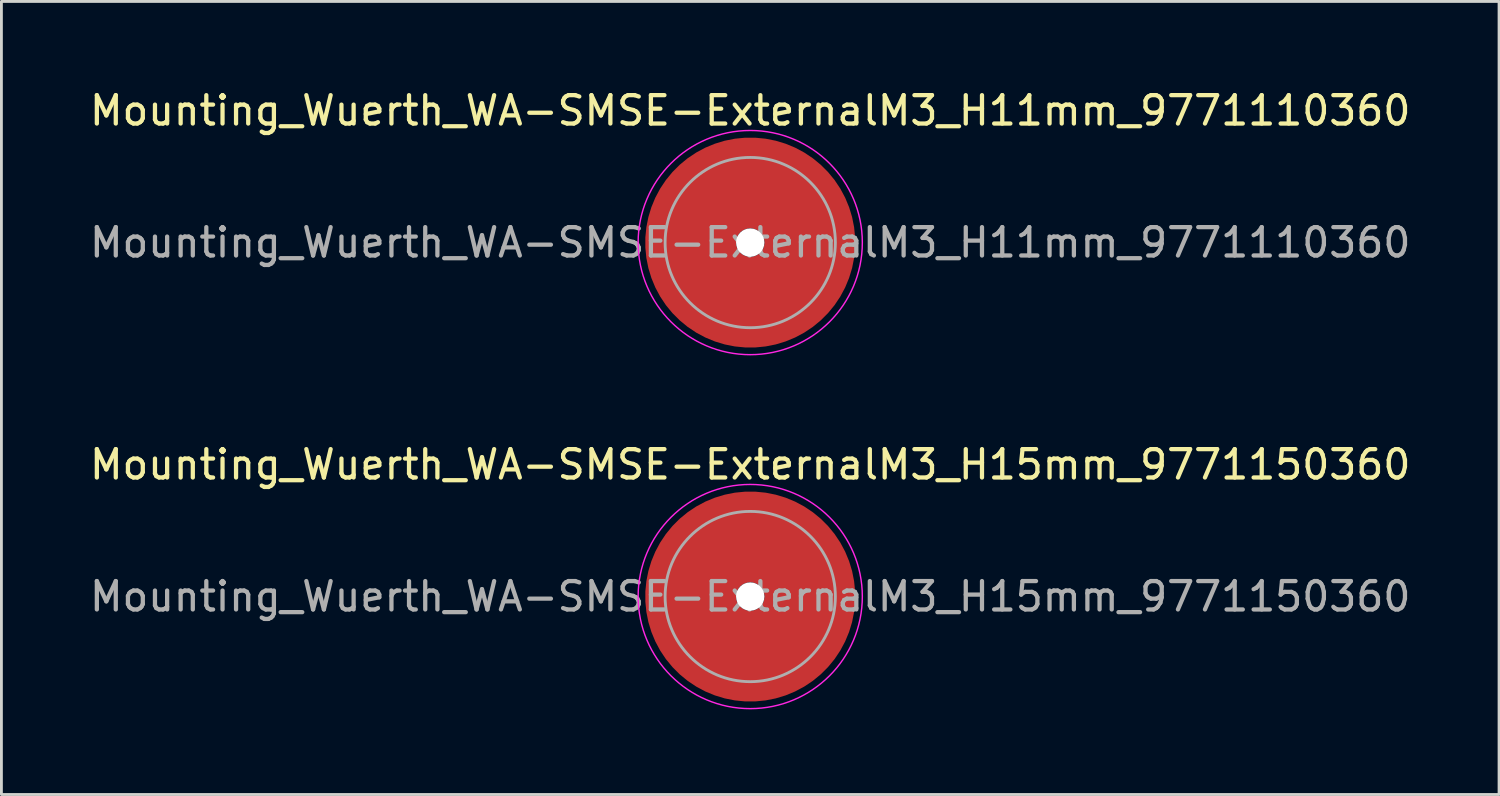
<source format=kicad_pcb>
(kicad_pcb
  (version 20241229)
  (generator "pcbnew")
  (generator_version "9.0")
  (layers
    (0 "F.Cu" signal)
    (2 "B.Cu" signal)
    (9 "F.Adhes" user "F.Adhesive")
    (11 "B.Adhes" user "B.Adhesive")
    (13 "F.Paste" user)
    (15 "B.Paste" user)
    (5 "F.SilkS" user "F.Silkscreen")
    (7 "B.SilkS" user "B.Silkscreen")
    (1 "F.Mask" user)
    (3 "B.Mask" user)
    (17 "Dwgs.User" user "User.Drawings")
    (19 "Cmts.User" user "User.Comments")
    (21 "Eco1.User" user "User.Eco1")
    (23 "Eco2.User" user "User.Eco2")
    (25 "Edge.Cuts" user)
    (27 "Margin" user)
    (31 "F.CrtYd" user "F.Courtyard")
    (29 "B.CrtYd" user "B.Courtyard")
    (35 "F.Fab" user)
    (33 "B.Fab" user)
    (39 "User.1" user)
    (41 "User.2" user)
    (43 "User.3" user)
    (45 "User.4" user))
  (footprint "Mounting_Wuerth_WA-SMSE-ExternalM3_H15mm_9771150360"
    (layer "F.Cu")
    (at 23.387 17.971)
    (property "Reference" "Mounting_Wuerth_WA-SMSE-ExternalM3_H15mm_9771150360" (at 0 -4.65 0) (layer "F.SilkS") (effects (font (size 1 1) (thickness 0.15))))
    (attr smd)
    (fp_circle (center 0 0) (end 3.95 0) (stroke (width 0.05) (type solid)) (fill no) (layer "F.CrtYd"))
    (fp_circle (center 0 0) (end 3 0) (stroke (width 0.1) (type solid)) (fill no) (layer "F.Fab"))
    (fp_text user "${REFERENCE}" (at 0 0 0) (layer "F.Fab") (effects (font (size 1 1) (thickness 0.15))))
    (pad "" smd custom (at 0 -2.1) (size 2.6 2.6) (layers "F.Paste") (options (anchor circle)) (primitives (gr_arc (start -0.305123 1.47) (mid 0 1.4) (end 0.305123 1.47) (width 0.2)) (gr_arc (start -0.493052 1.47) (mid 0 1.3) (end 0.493052 1.47) (width 0.2)) (gr_arc (start -0.642729 1.47) (mid 0 1.2) (end 0.642729 1.47) (width 0.2)) (gr_arc (start -0.776595 1.47) (mid 0 1.1) (end 0.776595 1.47) (width 0.2)) (gr_arc (start -0.901721 1.47) (mid 0 1) (end 0.901721 1.47) (width 0.2)) (gr_arc (start -1.021323 1.47) (mid 0 0.9) (end 1.021323 1.47) (width 0.2)) (gr_arc (start -1.137146 1.47) (mid 0 0.8) (end 1.137146 1.47) (width 0.2)) (gr_arc (start -1.25024 1.47) (mid 0 0.7) (end 1.25024 1.47) (width 0.2)) (gr_arc (start -1.361286 1.47) (mid 0 0.6) (end 1.361286 1.47) (width 0.2)) (gr_arc (start -1.470748 1.47) (mid 0 0.5) (end 1.470748 1.47) (width 0.2)) (gr_arc (start -1.578955 1.47) (mid 0 0.4) (end 1.578955 1.47) (width 0.2)) (gr_arc (start -1.686149 1.47) (mid 0 0.3) (end 1.686149 1.47) (width 0.2)) (gr_arc (start -1.792512 1.47) (mid 0 0.2) (end 1.792512 1.47) (width 0.2)) (gr_arc (start -1.898183 1.47) (mid 0 0.1) (end 1.898183 1.47) (width 0.2)) (gr_arc (start -2.003272 1.47) (mid 0 0) (end 2.003272 1.47) (width 0.2)) (gr_arc (start -2.107866 1.47) (mid 0 -0.1) (end 2.107866 1.47) (width 0.2)) (gr_arc (start -2.212035 1.47) (mid 0 -0.2) (end 2.212035 1.47) (width 0.2)) (gr_arc (start -2.315837 1.47) (mid 0 -0.3) (end 2.315837 1.47) (width 0.2)) (gr_arc (start -2.419318 1.47) (mid 0 -0.4) (end 2.419318 1.47) (width 0.2)) (gr_arc (start -2.522519 1.47) (mid 0 -0.5) (end 2.522519 1.47) (width 0.2)) (gr_arc (start -2.625471 1.47) (mid 0 -0.6) (end 2.625471 1.47) (width 0.2)) (gr_arc (start -2.728205 1.47) (mid 0 -0.7) (end 2.728205 1.47) (width 0.2)) (gr_arc (start -2.830742 1.47) (mid 0 -0.8) (end 2.830742 1.47) (width 0.2)) (gr_arc (start -2.933104 1.47) (mid 0 -0.9) (end 2.933104 1.47) (width 0.2)) (gr_arc (start -3.035309 1.47) (mid 0 -1) (end 3.035309 1.47) (width 0.2)) (gr_arc (start -3.137372 1.47) (mid 0 -1.1) (end 3.137372 1.47) (width 0.2)) (gr_arc (start -3.239305 1.47) (mid 0 -1.2) (end 3.239305 1.47) (width 0.2)) (gr_arc (start -3.341123 1.47) (mid 0 -1.3) (end 3.341123 1.47) (width 0.2)) (gr_arc (start -3.442833 1.47) (mid 0 -1.4) (end 3.442833 1.47) (width 0.2)) (gr_line (start 0.305 1.47) (end 3.443 1.47) (width 0.2)) (gr_line (start -0.305 1.47) (end -3.443 1.47) (width 0.2))))
    (pad "" np_thru_hole circle (at 0 0) (size 1 1) (drill 1) (layers "*.Cu" "*.Mask"))
    (pad "" smd custom (at 0 2.1) (size 2.6 2.6) (layers "F.Paste") (options (anchor circle)) (primitives (gr_arc (start 0.305123 -1.47) (mid 0 -1.4) (end -0.305123 -1.47) (width 0.2)) (gr_arc (start 0.493052 -1.47) (mid 0 -1.3) (end -0.493052 -1.47) (width 0.2)) (gr_arc (start 0.642729 -1.47) (mid 0 -1.2) (end -0.642729 -1.47) (width 0.2)) (gr_arc (start 0.776595 -1.47) (mid 0 -1.1) (end -0.776595 -1.47) (width 0.2)) (gr_arc (start 0.901721 -1.47) (mid 0 -1) (end -0.901721 -1.47) (width 0.2)) (gr_arc (start 1.021323 -1.47) (mid 0 -0.9) (end -1.021323 -1.47) (width 0.2)) (gr_arc (start 1.137146 -1.47) (mid 0 -0.8) (end -1.137146 -1.47) (width 0.2)) (gr_arc (start 1.25024 -1.47) (mid 0 -0.7) (end -1.25024 -1.47) (width 0.2)) (gr_arc (start 1.361286 -1.47) (mid 0 -0.6) (end -1.361286 -1.47) (width 0.2)) (gr_arc (start 1.470748 -1.47) (mid 0 -0.5) (end -1.470748 -1.47) (width 0.2)) (gr_arc (start 1.578955 -1.47) (mid 0 -0.4) (end -1.578955 -1.47) (width 0.2)) (gr_arc (start 1.686149 -1.47) (mid 0 -0.3) (end -1.686149 -1.47) (width 0.2)) (gr_arc (start 1.792512 -1.47) (mid 0 -0.2) (end -1.792512 -1.47) (width 0.2)) (gr_arc (start 1.898183 -1.47) (mid 0 -0.1) (end -1.898183 -1.47) (width 0.2)) (gr_arc (start 2.003272 -1.47) (mid 0 0) (end -2.003272 -1.47) (width 0.2)) (gr_arc (start 2.107866 -1.47) (mid 0 0.1) (end -2.107866 -1.47) (width 0.2)) (gr_arc (start 2.212035 -1.47) (mid 0 0.2) (end -2.212035 -1.47) (width 0.2)) (gr_arc (start 2.315837 -1.47) (mid 0 0.3) (end -2.315837 -1.47) (width 0.2)) (gr_arc (start 2.419318 -1.47) (mid 0 0.4) (end -2.419318 -1.47) (width 0.2)) (gr_arc (start 2.522519 -1.47) (mid 0 0.5) (end -2.522519 -1.47) (width 0.2)) (gr_arc (start 2.625471 -1.47) (mid 0 0.6) (end -2.625471 -1.47) (width 0.2)) (gr_arc (start 2.728205 -1.47) (mid 0 0.7) (end -2.728205 -1.47) (width 0.2)) (gr_arc (start 2.830742 -1.47) (mid 0 0.8) (end -2.830742 -1.47) (width 0.2)) (gr_arc (start 2.933104 -1.47) (mid 0 0.9) (end -2.933104 -1.47) (width 0.2)) (gr_arc (start 3.035309 -1.47) (mid 0 1) (end -3.035309 -1.47) (width 0.2)) (gr_arc (start 3.137372 -1.47) (mid 0 1.1) (end -3.137372 -1.47) (width 0.2)) (gr_arc (start 3.239305 -1.47) (mid 0 1.2) (end -3.239305 -1.47) (width 0.2)) (gr_arc (start 3.341123 -1.47) (mid 0 1.3) (end -3.341123 -1.47) (width 0.2)) (gr_arc (start 3.442833 -1.47) (mid 0 1.4) (end -3.442833 -1.47) (width 0.2)) (gr_line (start -0.305 -1.47) (end -3.443 -1.47) (width 0.2)) (gr_line (start 0.305 -1.47) (end 3.443 -1.47) (width 0.2))))
    (pad "1" smd circle (at -2.1 0) (size 2.8 2.8) (layers "F.Cu"))
    (pad "1" smd circle (at 0 -2.1) (size 2.8 2.8) (layers "F.Cu"))
    (pad "1" smd circle (at 0 2.1) (size 2.8 2.8) (layers "F.Cu"))
    (pad "1" smd custom (at 2.1 0) (size 2.8 2.8) (layers "F.Cu" "F.Mask") (options (anchor circle)) (primitives (gr_circle (center -2.1 0) (end 0 0) (width 3.2) (fill no)))))
  (footprint "Mounting_Wuerth_WA-SMSE-ExternalM3_H11mm_9771110360"
    (layer "F.Cu")
    (at 23.387 5.498)
    (property "Reference" "Mounting_Wuerth_WA-SMSE-ExternalM3_H11mm_9771110360" (at 0 -4.65 0) (layer "F.SilkS") (effects (font (size 1 1) (thickness 0.15))))
    (attr smd)
    (fp_circle (center 0 0) (end 3.95 0) (stroke (width 0.05) (type solid)) (fill no) (layer "F.CrtYd"))
    (fp_circle (center 0 0) (end 3 0) (stroke (width 0.1) (type solid)) (fill no) (layer "F.Fab"))
    (fp_text user "${REFERENCE}" (at 0 0 0) (layer "F.Fab") (effects (font (size 1 1) (thickness 0.15))))
    (pad "" smd custom (at 0 -2.1) (size 2.6 2.6) (layers "F.Paste") (options (anchor circle)) (primitives (gr_arc (start -0.305123 1.47) (mid 0 1.4) (end 0.305123 1.47) (width 0.2)) (gr_arc (start -0.493052 1.47) (mid 0 1.3) (end 0.493052 1.47) (width 0.2)) (gr_arc (start -0.642729 1.47) (mid 0 1.2) (end 0.642729 1.47) (width 0.2)) (gr_arc (start -0.776595 1.47) (mid 0 1.1) (end 0.776595 1.47) (width 0.2)) (gr_arc (start -0.901721 1.47) (mid 0 1) (end 0.901721 1.47) (width 0.2)) (gr_arc (start -1.021323 1.47) (mid 0 0.9) (end 1.021323 1.47) (width 0.2)) (gr_arc (start -1.137146 1.47) (mid 0 0.8) (end 1.137146 1.47) (width 0.2)) (gr_arc (start -1.25024 1.47) (mid 0 0.7) (end 1.25024 1.47) (width 0.2)) (gr_arc (start -1.361286 1.47) (mid 0 0.6) (end 1.361286 1.47) (width 0.2)) (gr_arc (start -1.470748 1.47) (mid 0 0.5) (end 1.470748 1.47) (width 0.2)) (gr_arc (start -1.578955 1.47) (mid 0 0.4) (end 1.578955 1.47) (width 0.2)) (gr_arc (start -1.686149 1.47) (mid 0 0.3) (end 1.686149 1.47) (width 0.2)) (gr_arc (start -1.792512 1.47) (mid 0 0.2) (end 1.792512 1.47) (width 0.2)) (gr_arc (start -1.898183 1.47) (mid 0 0.1) (end 1.898183 1.47) (width 0.2)) (gr_arc (start -2.003272 1.47) (mid 0 0) (end 2.003272 1.47) (width 0.2)) (gr_arc (start -2.107866 1.47) (mid 0 -0.1) (end 2.107866 1.47) (width 0.2)) (gr_arc (start -2.212035 1.47) (mid 0 -0.2) (end 2.212035 1.47) (width 0.2)) (gr_arc (start -2.315837 1.47) (mid 0 -0.3) (end 2.315837 1.47) (width 0.2)) (gr_arc (start -2.419318 1.47) (mid 0 -0.4) (end 2.419318 1.47) (width 0.2)) (gr_arc (start -2.522519 1.47) (mid 0 -0.5) (end 2.522519 1.47) (width 0.2)) (gr_arc (start -2.625471 1.47) (mid 0 -0.6) (end 2.625471 1.47) (width 0.2)) (gr_arc (start -2.728205 1.47) (mid 0 -0.7) (end 2.728205 1.47) (width 0.2)) (gr_arc (start -2.830742 1.47) (mid 0 -0.8) (end 2.830742 1.47) (width 0.2)) (gr_arc (start -2.933104 1.47) (mid 0 -0.9) (end 2.933104 1.47) (width 0.2)) (gr_arc (start -3.035309 1.47) (mid 0 -1) (end 3.035309 1.47) (width 0.2)) (gr_arc (start -3.137372 1.47) (mid 0 -1.1) (end 3.137372 1.47) (width 0.2)) (gr_arc (start -3.239305 1.47) (mid 0 -1.2) (end 3.239305 1.47) (width 0.2)) (gr_arc (start -3.341123 1.47) (mid 0 -1.3) (end 3.341123 1.47) (width 0.2)) (gr_arc (start -3.442833 1.47) (mid 0 -1.4) (end 3.442833 1.47) (width 0.2)) (gr_line (start 0.305 1.47) (end 3.443 1.47) (width 0.2)) (gr_line (start -0.305 1.47) (end -3.443 1.47) (width 0.2))))
    (pad "" np_thru_hole circle (at 0 0) (size 1 1) (drill 1) (layers "*.Cu" "*.Mask"))
    (pad "" smd custom (at 0 2.1) (size 2.6 2.6) (layers "F.Paste") (options (anchor circle)) (primitives (gr_arc (start 0.305123 -1.47) (mid 0 -1.4) (end -0.305123 -1.47) (width 0.2)) (gr_arc (start 0.493052 -1.47) (mid 0 -1.3) (end -0.493052 -1.47) (width 0.2)) (gr_arc (start 0.642729 -1.47) (mid 0 -1.2) (end -0.642729 -1.47) (width 0.2)) (gr_arc (start 0.776595 -1.47) (mid 0 -1.1) (end -0.776595 -1.47) (width 0.2)) (gr_arc (start 0.901721 -1.47) (mid 0 -1) (end -0.901721 -1.47) (width 0.2)) (gr_arc (start 1.021323 -1.47) (mid 0 -0.9) (end -1.021323 -1.47) (width 0.2)) (gr_arc (start 1.137146 -1.47) (mid 0 -0.8) (end -1.137146 -1.47) (width 0.2)) (gr_arc (start 1.25024 -1.47) (mid 0 -0.7) (end -1.25024 -1.47) (width 0.2)) (gr_arc (start 1.361286 -1.47) (mid 0 -0.6) (end -1.361286 -1.47) (width 0.2)) (gr_arc (start 1.470748 -1.47) (mid 0 -0.5) (end -1.470748 -1.47) (width 0.2)) (gr_arc (start 1.578955 -1.47) (mid 0 -0.4) (end -1.578955 -1.47) (width 0.2)) (gr_arc (start 1.686149 -1.47) (mid 0 -0.3) (end -1.686149 -1.47) (width 0.2)) (gr_arc (start 1.792512 -1.47) (mid 0 -0.2) (end -1.792512 -1.47) (width 0.2)) (gr_arc (start 1.898183 -1.47) (mid 0 -0.1) (end -1.898183 -1.47) (width 0.2)) (gr_arc (start 2.003272 -1.47) (mid 0 0) (end -2.003272 -1.47) (width 0.2)) (gr_arc (start 2.107866 -1.47) (mid 0 0.1) (end -2.107866 -1.47) (width 0.2)) (gr_arc (start 2.212035 -1.47) (mid 0 0.2) (end -2.212035 -1.47) (width 0.2)) (gr_arc (start 2.315837 -1.47) (mid 0 0.3) (end -2.315837 -1.47) (width 0.2)) (gr_arc (start 2.419318 -1.47) (mid 0 0.4) (end -2.419318 -1.47) (width 0.2)) (gr_arc (start 2.522519 -1.47) (mid 0 0.5) (end -2.522519 -1.47) (width 0.2)) (gr_arc (start 2.625471 -1.47) (mid 0 0.6) (end -2.625471 -1.47) (width 0.2)) (gr_arc (start 2.728205 -1.47) (mid 0 0.7) (end -2.728205 -1.47) (width 0.2)) (gr_arc (start 2.830742 -1.47) (mid 0 0.8) (end -2.830742 -1.47) (width 0.2)) (gr_arc (start 2.933104 -1.47) (mid 0 0.9) (end -2.933104 -1.47) (width 0.2)) (gr_arc (start 3.035309 -1.47) (mid 0 1) (end -3.035309 -1.47) (width 0.2)) (gr_arc (start 3.137372 -1.47) (mid 0 1.1) (end -3.137372 -1.47) (width 0.2)) (gr_arc (start 3.239305 -1.47) (mid 0 1.2) (end -3.239305 -1.47) (width 0.2)) (gr_arc (start 3.341123 -1.47) (mid 0 1.3) (end -3.341123 -1.47) (width 0.2)) (gr_arc (start 3.442833 -1.47) (mid 0 1.4) (end -3.442833 -1.47) (width 0.2)) (gr_line (start -0.305 -1.47) (end -3.443 -1.47) (width 0.2)) (gr_line (start 0.305 -1.47) (end 3.443 -1.47) (width 0.2))))
    (pad "1" smd circle (at -2.1 0) (size 2.8 2.8) (layers "F.Cu"))
    (pad "1" smd circle (at 0 -2.1) (size 2.8 2.8) (layers "F.Cu"))
    (pad "1" smd circle (at 0 2.1) (size 2.8 2.8) (layers "F.Cu"))
    (pad "1" smd custom (at 2.1 0) (size 2.8 2.8) (layers "F.Cu" "F.Mask") (options (anchor circle)) (primitives (gr_circle (center -2.1 0) (end 0 0) (width 3.2) (fill no)))))
  (gr_rect
    (start -3 -3)
    (end 49.774 24.947)
    (stroke (width 0.1) (type default))
    (fill no)
    (layer "Edge.Cuts")))
</source>
